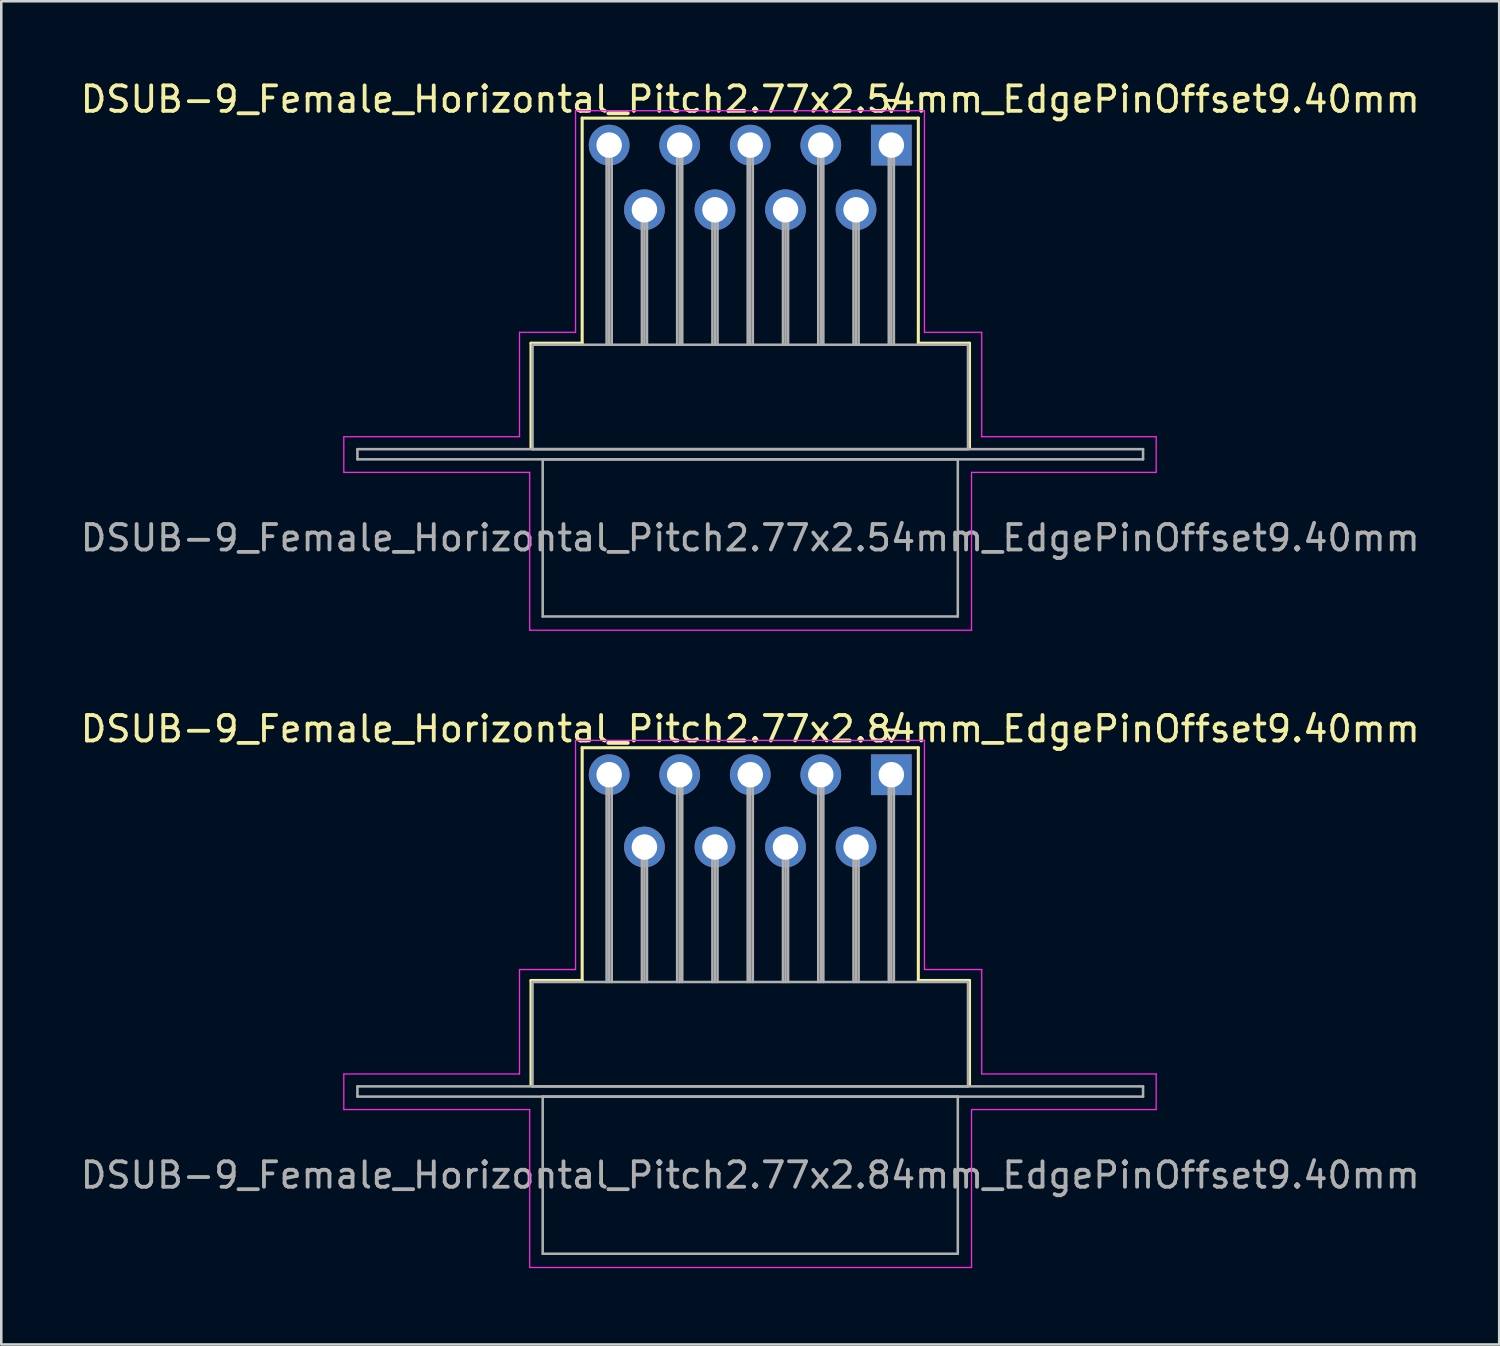
<source format=kicad_pcb>
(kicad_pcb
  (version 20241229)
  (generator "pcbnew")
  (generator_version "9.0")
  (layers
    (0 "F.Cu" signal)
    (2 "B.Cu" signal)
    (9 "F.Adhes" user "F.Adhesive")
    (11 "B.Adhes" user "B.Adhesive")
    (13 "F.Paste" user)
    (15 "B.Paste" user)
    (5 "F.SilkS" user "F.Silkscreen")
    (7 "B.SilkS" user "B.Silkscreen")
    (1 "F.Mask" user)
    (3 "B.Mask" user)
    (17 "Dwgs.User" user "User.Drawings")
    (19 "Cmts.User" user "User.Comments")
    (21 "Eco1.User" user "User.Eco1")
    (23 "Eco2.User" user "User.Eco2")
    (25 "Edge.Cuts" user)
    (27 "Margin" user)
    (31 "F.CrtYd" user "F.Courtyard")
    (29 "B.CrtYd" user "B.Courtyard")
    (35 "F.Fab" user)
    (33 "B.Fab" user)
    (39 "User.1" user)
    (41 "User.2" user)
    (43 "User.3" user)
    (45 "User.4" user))
  (footprint "DSUB-9_Female_Horizontal_Pitch2.77x2.84mm_EdgePinOffset9.40mm"
    (layer "F.Cu")
    (at 31.951 27.372)
    (property "Reference" "DSUB-9_Female_Horizontal_Pitch2.77x2.84mm_EdgePinOffset9.40mm" (at -5.54 -1.8 0) (layer "F.SilkS") (effects (font (size 1 1) (thickness 0.15))))
    (attr through_hole)
    (fp_line (start -14.15 8.08) (end -12.14 8.08) (stroke (width 0.12) (type solid)) (layer "F.SilkS"))
    (fp_line (start -14.15 12.18) (end -14.15 8.08) (stroke (width 0.12) (type solid)) (layer "F.SilkS"))
    (fp_line (start -12.14 -1.06) (end 1.06 -1.06) (stroke (width 0.12) (type solid)) (layer "F.SilkS"))
    (fp_line (start -12.14 8.08) (end -12.14 -1.06) (stroke (width 0.12) (type solid)) (layer "F.SilkS"))
    (fp_line (start -0.25 -1.754) (end 0.25 -1.754) (stroke (width 0.12) (type solid)) (layer "F.SilkS"))
    (fp_line (start 0 -1.321) (end -0.25 -1.754) (stroke (width 0.12) (type solid)) (layer "F.SilkS"))
    (fp_line (start 0.25 -1.754) (end 0 -1.321) (stroke (width 0.12) (type solid)) (layer "F.SilkS"))
    (fp_line (start 1.06 -1.06) (end 1.06 8.08) (stroke (width 0.12) (type solid)) (layer "F.SilkS"))
    (fp_line (start 1.06 8.08) (end 3.07 8.08) (stroke (width 0.12) (type solid)) (layer "F.SilkS"))
    (fp_line (start 3.07 8.08) (end 3.07 12.18) (stroke (width 0.12) (type solid)) (layer "F.SilkS"))
    (fp_line (start -21.5 11.75) (end -14.6 11.75) (stroke (width 0.05) (type solid)) (layer "F.CrtYd"))
    (fp_line (start -21.5 13.15) (end -21.5 11.75) (stroke (width 0.05) (type solid)) (layer "F.CrtYd"))
    (fp_line (start -14.6 7.65) (end -12.4 7.65) (stroke (width 0.05) (type solid)) (layer "F.CrtYd"))
    (fp_line (start -14.6 11.75) (end -14.6 7.65) (stroke (width 0.05) (type solid)) (layer "F.CrtYd"))
    (fp_line (start -14.2 13.15) (end -21.5 13.15) (stroke (width 0.05) (type solid)) (layer "F.CrtYd"))
    (fp_line (start -14.2 19.35) (end -14.2 13.15) (stroke (width 0.05) (type solid)) (layer "F.CrtYd"))
    (fp_line (start -12.4 -1.35) (end 1.3 -1.35) (stroke (width 0.05) (type solid)) (layer "F.CrtYd"))
    (fp_line (start -12.4 7.65) (end -12.4 -1.35) (stroke (width 0.05) (type solid)) (layer "F.CrtYd"))
    (fp_line (start 1.3 -1.35) (end 1.3 7.65) (stroke (width 0.05) (type solid)) (layer "F.CrtYd"))
    (fp_line (start 1.3 7.65) (end 3.55 7.65) (stroke (width 0.05) (type solid)) (layer "F.CrtYd"))
    (fp_line (start 3.15 13.15) (end 3.15 19.35) (stroke (width 0.05) (type solid)) (layer "F.CrtYd"))
    (fp_line (start 3.15 19.35) (end -14.2 19.35) (stroke (width 0.05) (type solid)) (layer "F.CrtYd"))
    (fp_line (start 3.55 7.65) (end 3.55 11.75) (stroke (width 0.05) (type solid)) (layer "F.CrtYd"))
    (fp_line (start 3.55 11.75) (end 10.4 11.75) (stroke (width 0.05) (type solid)) (layer "F.CrtYd"))
    (fp_line (start 10.4 11.75) (end 10.4 13.15) (stroke (width 0.05) (type solid)) (layer "F.CrtYd"))
    (fp_line (start 10.4 13.15) (end 3.15 13.15) (stroke (width 0.05) (type solid)) (layer "F.CrtYd"))
    (fp_line (start -20.965 12.24) (end -20.965 12.64) (stroke (width 0.1) (type solid)) (layer "F.Fab"))
    (fp_line (start -20.965 12.64) (end 9.885 12.64) (stroke (width 0.1) (type solid)) (layer "F.Fab"))
    (fp_line (start -14.09 8.14) (end -14.09 12.24) (stroke (width 0.1) (type solid)) (layer "F.Fab"))
    (fp_line (start -14.09 12.24) (end 3.01 12.24) (stroke (width 0.1) (type solid)) (layer "F.Fab"))
    (fp_line (start -13.69 12.64) (end -13.69 18.81) (stroke (width 0.1) (type solid)) (layer "F.Fab"))
    (fp_line (start -13.69 18.81) (end 2.61 18.81) (stroke (width 0.1) (type solid)) (layer "F.Fab"))
    (fp_line (start -11.18 0) (end -11.18 8.14) (stroke (width 0.1) (type solid)) (layer "F.Fab"))
    (fp_line (start -11.08 0) (end -11.08 8.14) (stroke (width 0.1) (type solid)) (layer "F.Fab"))
    (fp_line (start -10.98 0) (end -10.98 8.14) (stroke (width 0.1) (type solid)) (layer "F.Fab"))
    (fp_line (start -9.795 2.84) (end -9.795 8.14) (stroke (width 0.1) (type solid)) (layer "F.Fab"))
    (fp_line (start -9.695 2.84) (end -9.695 8.14) (stroke (width 0.1) (type solid)) (layer "F.Fab"))
    (fp_line (start -9.595 2.84) (end -9.595 8.14) (stroke (width 0.1) (type solid)) (layer "F.Fab"))
    (fp_line (start -8.41 0) (end -8.41 8.14) (stroke (width 0.1) (type solid)) (layer "F.Fab"))
    (fp_line (start -8.31 0) (end -8.31 8.14) (stroke (width 0.1) (type solid)) (layer "F.Fab"))
    (fp_line (start -8.21 0) (end -8.21 8.14) (stroke (width 0.1) (type solid)) (layer "F.Fab"))
    (fp_line (start -7.025 2.84) (end -7.025 8.14) (stroke (width 0.1) (type solid)) (layer "F.Fab"))
    (fp_line (start -6.925 2.84) (end -6.925 8.14) (stroke (width 0.1) (type solid)) (layer "F.Fab"))
    (fp_line (start -6.825 2.84) (end -6.825 8.14) (stroke (width 0.1) (type solid)) (layer "F.Fab"))
    (fp_line (start -5.64 0) (end -5.64 8.14) (stroke (width 0.1) (type solid)) (layer "F.Fab"))
    (fp_line (start -5.54 0) (end -5.54 8.14) (stroke (width 0.1) (type solid)) (layer "F.Fab"))
    (fp_line (start -5.44 0) (end -5.44 8.14) (stroke (width 0.1) (type solid)) (layer "F.Fab"))
    (fp_line (start -4.255 2.84) (end -4.255 8.14) (stroke (width 0.1) (type solid)) (layer "F.Fab"))
    (fp_line (start -4.155 2.84) (end -4.155 8.14) (stroke (width 0.1) (type solid)) (layer "F.Fab"))
    (fp_line (start -4.055 2.84) (end -4.055 8.14) (stroke (width 0.1) (type solid)) (layer "F.Fab"))
    (fp_line (start -2.87 0) (end -2.87 8.14) (stroke (width 0.1) (type solid)) (layer "F.Fab"))
    (fp_line (start -2.77 0) (end -2.77 8.14) (stroke (width 0.1) (type solid)) (layer "F.Fab"))
    (fp_line (start -2.67 0) (end -2.67 8.14) (stroke (width 0.1) (type solid)) (layer "F.Fab"))
    (fp_line (start -1.485 2.84) (end -1.485 8.14) (stroke (width 0.1) (type solid)) (layer "F.Fab"))
    (fp_line (start -1.385 2.84) (end -1.385 8.14) (stroke (width 0.1) (type solid)) (layer "F.Fab"))
    (fp_line (start -1.285 2.84) (end -1.285 8.14) (stroke (width 0.1) (type solid)) (layer "F.Fab"))
    (fp_line (start -0.1 0) (end -0.1 8.14) (stroke (width 0.1) (type solid)) (layer "F.Fab"))
    (fp_line (start 0 0) (end 0 8.14) (stroke (width 0.1) (type solid)) (layer "F.Fab"))
    (fp_line (start 0.1 0) (end 0.1 8.14) (stroke (width 0.1) (type solid)) (layer "F.Fab"))
    (fp_line (start 2.61 12.64) (end -13.69 12.64) (stroke (width 0.1) (type solid)) (layer "F.Fab"))
    (fp_line (start 2.61 18.81) (end 2.61 12.64) (stroke (width 0.1) (type solid)) (layer "F.Fab"))
    (fp_line (start 3.01 8.14) (end -14.09 8.14) (stroke (width 0.1) (type solid)) (layer "F.Fab"))
    (fp_line (start 3.01 12.24) (end 3.01 8.14) (stroke (width 0.1) (type solid)) (layer "F.Fab"))
    (fp_line (start 9.885 12.24) (end -20.965 12.24) (stroke (width 0.1) (type solid)) (layer "F.Fab"))
    (fp_line (start 9.885 12.64) (end 9.885 12.24) (stroke (width 0.1) (type solid)) (layer "F.Fab"))
    (fp_text user "${REFERENCE}" (at -5.54 15.725 0) (layer "F.Fab") (effects (font (size 1 1) (thickness 0.15))))
    (pad "1" thru_hole rect (at 0 0) (size 1.6 1.6) (drill 1) (layers "*.Cu" "*.Mask"))
    (pad "2" thru_hole circle (at -2.77 0) (size 1.6 1.6) (drill 1) (layers "*.Cu" "*.Mask"))
    (pad "3" thru_hole circle (at -5.54 0) (size 1.6 1.6) (drill 1) (layers "*.Cu" "*.Mask"))
    (pad "4" thru_hole circle (at -8.31 0) (size 1.6 1.6) (drill 1) (layers "*.Cu" "*.Mask"))
    (pad "5" thru_hole circle (at -11.08 0) (size 1.6 1.6) (drill 1) (layers "*.Cu" "*.Mask"))
    (pad "6" thru_hole circle (at -1.385 2.84) (size 1.6 1.6) (drill 1) (layers "*.Cu" "*.Mask"))
    (pad "7" thru_hole circle (at -4.155 2.84) (size 1.6 1.6) (drill 1) (layers "*.Cu" "*.Mask"))
    (pad "8" thru_hole circle (at -6.925 2.84) (size 1.6 1.6) (drill 1) (layers "*.Cu" "*.Mask"))
    (pad "9" thru_hole circle (at -9.695 2.84) (size 1.6 1.6) (drill 1) (layers "*.Cu" "*.Mask")))
  (footprint "DSUB-9_Female_Horizontal_Pitch2.77x2.54mm_EdgePinOffset9.40mm"
    (layer "F.Cu")
    (at 31.951 2.648)
    (property "Reference" "DSUB-9_Female_Horizontal_Pitch2.77x2.54mm_EdgePinOffset9.40mm" (at -5.54 -1.8 0) (layer "F.SilkS") (effects (font (size 1 1) (thickness 0.15))))
    (attr through_hole)
    (fp_line (start -14.15 7.78) (end -12.14 7.78) (stroke (width 0.12) (type solid)) (layer "F.SilkS"))
    (fp_line (start -14.15 11.88) (end -14.15 7.78) (stroke (width 0.12) (type solid)) (layer "F.SilkS"))
    (fp_line (start -12.14 -1.06) (end 1.06 -1.06) (stroke (width 0.12) (type solid)) (layer "F.SilkS"))
    (fp_line (start -12.14 7.78) (end -12.14 -1.06) (stroke (width 0.12) (type solid)) (layer "F.SilkS"))
    (fp_line (start -0.25 -1.754) (end 0.25 -1.754) (stroke (width 0.12) (type solid)) (layer "F.SilkS"))
    (fp_line (start 0 -1.321) (end -0.25 -1.754) (stroke (width 0.12) (type solid)) (layer "F.SilkS"))
    (fp_line (start 0.25 -1.754) (end 0 -1.321) (stroke (width 0.12) (type solid)) (layer "F.SilkS"))
    (fp_line (start 1.06 -1.06) (end 1.06 7.78) (stroke (width 0.12) (type solid)) (layer "F.SilkS"))
    (fp_line (start 1.06 7.78) (end 3.07 7.78) (stroke (width 0.12) (type solid)) (layer "F.SilkS"))
    (fp_line (start 3.07 7.78) (end 3.07 11.88) (stroke (width 0.12) (type solid)) (layer "F.SilkS"))
    (fp_line (start -21.5 11.45) (end -14.6 11.45) (stroke (width 0.05) (type solid)) (layer "F.CrtYd"))
    (fp_line (start -21.5 12.85) (end -21.5 11.45) (stroke (width 0.05) (type solid)) (layer "F.CrtYd"))
    (fp_line (start -14.6 7.35) (end -12.4 7.35) (stroke (width 0.05) (type solid)) (layer "F.CrtYd"))
    (fp_line (start -14.6 11.45) (end -14.6 7.35) (stroke (width 0.05) (type solid)) (layer "F.CrtYd"))
    (fp_line (start -14.2 12.85) (end -21.5 12.85) (stroke (width 0.05) (type solid)) (layer "F.CrtYd"))
    (fp_line (start -14.2 19.05) (end -14.2 12.85) (stroke (width 0.05) (type solid)) (layer "F.CrtYd"))
    (fp_line (start -12.4 -1.35) (end 1.3 -1.35) (stroke (width 0.05) (type solid)) (layer "F.CrtYd"))
    (fp_line (start -12.4 7.35) (end -12.4 -1.35) (stroke (width 0.05) (type solid)) (layer "F.CrtYd"))
    (fp_line (start 1.3 -1.35) (end 1.3 7.35) (stroke (width 0.05) (type solid)) (layer "F.CrtYd"))
    (fp_line (start 1.3 7.35) (end 3.55 7.35) (stroke (width 0.05) (type solid)) (layer "F.CrtYd"))
    (fp_line (start 3.15 12.85) (end 3.15 19.05) (stroke (width 0.05) (type solid)) (layer "F.CrtYd"))
    (fp_line (start 3.15 19.05) (end -14.2 19.05) (stroke (width 0.05) (type solid)) (layer "F.CrtYd"))
    (fp_line (start 3.55 7.35) (end 3.55 11.45) (stroke (width 0.05) (type solid)) (layer "F.CrtYd"))
    (fp_line (start 3.55 11.45) (end 10.4 11.45) (stroke (width 0.05) (type solid)) (layer "F.CrtYd"))
    (fp_line (start 10.4 11.45) (end 10.4 12.85) (stroke (width 0.05) (type solid)) (layer "F.CrtYd"))
    (fp_line (start 10.4 12.85) (end 3.15 12.85) (stroke (width 0.05) (type solid)) (layer "F.CrtYd"))
    (fp_line (start -20.965 11.94) (end -20.965 12.34) (stroke (width 0.1) (type solid)) (layer "F.Fab"))
    (fp_line (start -20.965 12.34) (end 9.885 12.34) (stroke (width 0.1) (type solid)) (layer "F.Fab"))
    (fp_line (start -14.09 7.84) (end -14.09 11.94) (stroke (width 0.1) (type solid)) (layer "F.Fab"))
    (fp_line (start -14.09 11.94) (end 3.01 11.94) (stroke (width 0.1) (type solid)) (layer "F.Fab"))
    (fp_line (start -13.69 12.34) (end -13.69 18.51) (stroke (width 0.1) (type solid)) (layer "F.Fab"))
    (fp_line (start -13.69 18.51) (end 2.61 18.51) (stroke (width 0.1) (type solid)) (layer "F.Fab"))
    (fp_line (start -11.18 0) (end -11.18 7.84) (stroke (width 0.1) (type solid)) (layer "F.Fab"))
    (fp_line (start -11.08 0) (end -11.08 7.84) (stroke (width 0.1) (type solid)) (layer "F.Fab"))
    (fp_line (start -10.98 0) (end -10.98 7.84) (stroke (width 0.1) (type solid)) (layer "F.Fab"))
    (fp_line (start -9.795 2.54) (end -9.795 7.84) (stroke (width 0.1) (type solid)) (layer "F.Fab"))
    (fp_line (start -9.695 2.54) (end -9.695 7.84) (stroke (width 0.1) (type solid)) (layer "F.Fab"))
    (fp_line (start -9.595 2.54) (end -9.595 7.84) (stroke (width 0.1) (type solid)) (layer "F.Fab"))
    (fp_line (start -8.41 0) (end -8.41 7.84) (stroke (width 0.1) (type solid)) (layer "F.Fab"))
    (fp_line (start -8.31 0) (end -8.31 7.84) (stroke (width 0.1) (type solid)) (layer "F.Fab"))
    (fp_line (start -8.21 0) (end -8.21 7.84) (stroke (width 0.1) (type solid)) (layer "F.Fab"))
    (fp_line (start -7.025 2.54) (end -7.025 7.84) (stroke (width 0.1) (type solid)) (layer "F.Fab"))
    (fp_line (start -6.925 2.54) (end -6.925 7.84) (stroke (width 0.1) (type solid)) (layer "F.Fab"))
    (fp_line (start -6.825 2.54) (end -6.825 7.84) (stroke (width 0.1) (type solid)) (layer "F.Fab"))
    (fp_line (start -5.64 0) (end -5.64 7.84) (stroke (width 0.1) (type solid)) (layer "F.Fab"))
    (fp_line (start -5.54 0) (end -5.54 7.84) (stroke (width 0.1) (type solid)) (layer "F.Fab"))
    (fp_line (start -5.44 0) (end -5.44 7.84) (stroke (width 0.1) (type solid)) (layer "F.Fab"))
    (fp_line (start -4.255 2.54) (end -4.255 7.84) (stroke (width 0.1) (type solid)) (layer "F.Fab"))
    (fp_line (start -4.155 2.54) (end -4.155 7.84) (stroke (width 0.1) (type solid)) (layer "F.Fab"))
    (fp_line (start -4.055 2.54) (end -4.055 7.84) (stroke (width 0.1) (type solid)) (layer "F.Fab"))
    (fp_line (start -2.87 0) (end -2.87 7.84) (stroke (width 0.1) (type solid)) (layer "F.Fab"))
    (fp_line (start -2.77 0) (end -2.77 7.84) (stroke (width 0.1) (type solid)) (layer "F.Fab"))
    (fp_line (start -2.67 0) (end -2.67 7.84) (stroke (width 0.1) (type solid)) (layer "F.Fab"))
    (fp_line (start -1.485 2.54) (end -1.485 7.84) (stroke (width 0.1) (type solid)) (layer "F.Fab"))
    (fp_line (start -1.385 2.54) (end -1.385 7.84) (stroke (width 0.1) (type solid)) (layer "F.Fab"))
    (fp_line (start -1.285 2.54) (end -1.285 7.84) (stroke (width 0.1) (type solid)) (layer "F.Fab"))
    (fp_line (start -0.1 0) (end -0.1 7.84) (stroke (width 0.1) (type solid)) (layer "F.Fab"))
    (fp_line (start 0 0) (end 0 7.84) (stroke (width 0.1) (type solid)) (layer "F.Fab"))
    (fp_line (start 0.1 0) (end 0.1 7.84) (stroke (width 0.1) (type solid)) (layer "F.Fab"))
    (fp_line (start 2.61 12.34) (end -13.69 12.34) (stroke (width 0.1) (type solid)) (layer "F.Fab"))
    (fp_line (start 2.61 18.51) (end 2.61 12.34) (stroke (width 0.1) (type solid)) (layer "F.Fab"))
    (fp_line (start 3.01 7.84) (end -14.09 7.84) (stroke (width 0.1) (type solid)) (layer "F.Fab"))
    (fp_line (start 3.01 11.94) (end 3.01 7.84) (stroke (width 0.1) (type solid)) (layer "F.Fab"))
    (fp_line (start 9.885 11.94) (end -20.965 11.94) (stroke (width 0.1) (type solid)) (layer "F.Fab"))
    (fp_line (start 9.885 12.34) (end 9.885 11.94) (stroke (width 0.1) (type solid)) (layer "F.Fab"))
    (fp_text user "${REFERENCE}" (at -5.54 15.425 0) (layer "F.Fab") (effects (font (size 1 1) (thickness 0.15))))
    (pad "1" thru_hole rect (at 0 0) (size 1.6 1.6) (drill 1) (layers "*.Cu" "*.Mask"))
    (pad "2" thru_hole circle (at -2.77 0) (size 1.6 1.6) (drill 1) (layers "*.Cu" "*.Mask"))
    (pad "3" thru_hole circle (at -5.54 0) (size 1.6 1.6) (drill 1) (layers "*.Cu" "*.Mask"))
    (pad "4" thru_hole circle (at -8.31 0) (size 1.6 1.6) (drill 1) (layers "*.Cu" "*.Mask"))
    (pad "5" thru_hole circle (at -11.08 0) (size 1.6 1.6) (drill 1) (layers "*.Cu" "*.Mask"))
    (pad "6" thru_hole circle (at -1.385 2.54) (size 1.6 1.6) (drill 1) (layers "*.Cu" "*.Mask"))
    (pad "7" thru_hole circle (at -4.155 2.54) (size 1.6 1.6) (drill 1) (layers "*.Cu" "*.Mask"))
    (pad "8" thru_hole circle (at -6.925 2.54) (size 1.6 1.6) (drill 1) (layers "*.Cu" "*.Mask"))
    (pad "9" thru_hole circle (at -9.695 2.54) (size 1.6 1.6) (drill 1) (layers "*.Cu" "*.Mask")))
  (gr_rect
    (start -3 -3)
    (end 55.821 49.746)
    (stroke (width 0.1) (type default))
    (fill no)
    (layer "Edge.Cuts")))
</source>
